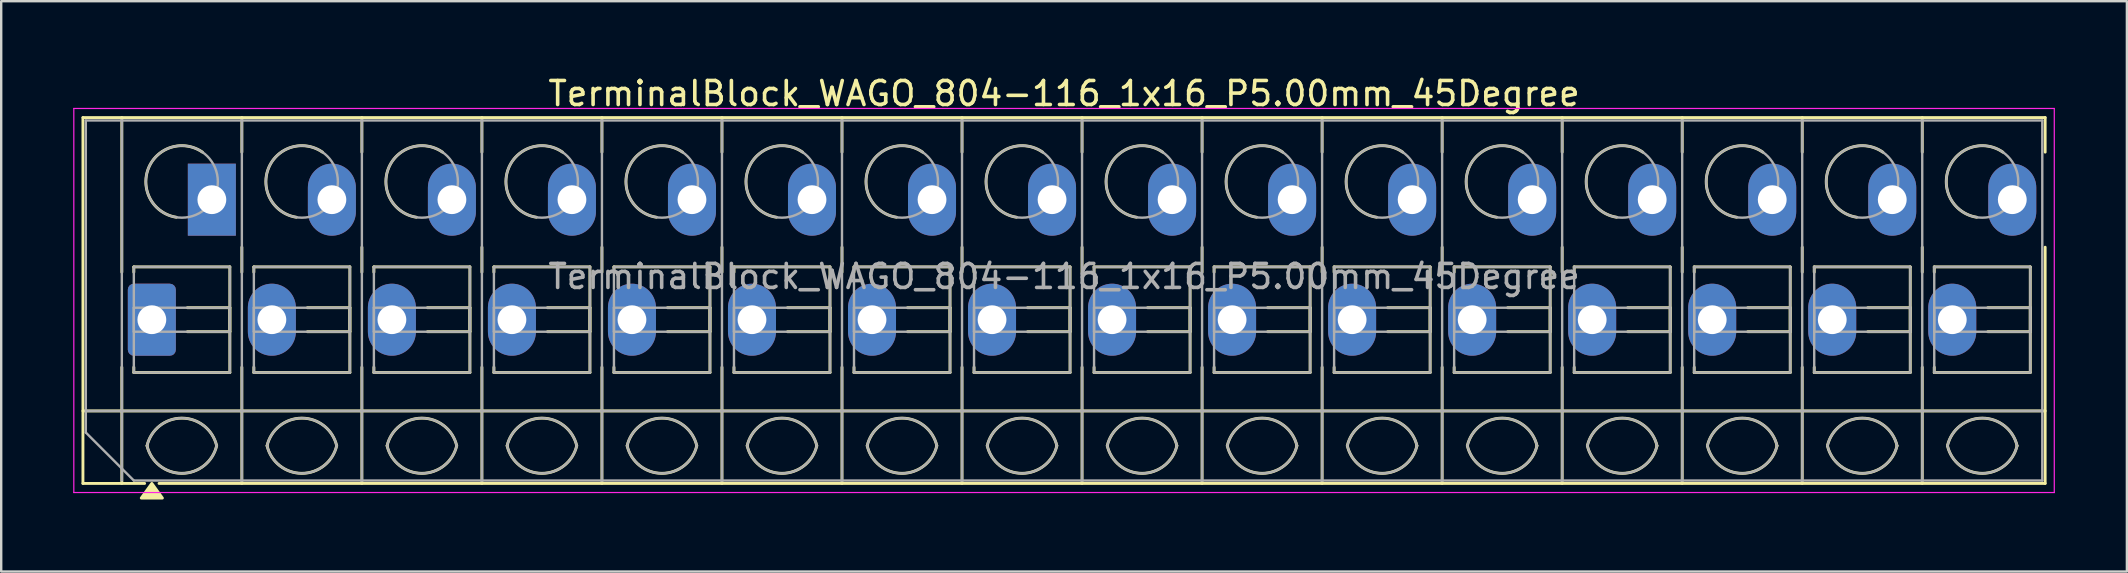
<source format=kicad_pcb>
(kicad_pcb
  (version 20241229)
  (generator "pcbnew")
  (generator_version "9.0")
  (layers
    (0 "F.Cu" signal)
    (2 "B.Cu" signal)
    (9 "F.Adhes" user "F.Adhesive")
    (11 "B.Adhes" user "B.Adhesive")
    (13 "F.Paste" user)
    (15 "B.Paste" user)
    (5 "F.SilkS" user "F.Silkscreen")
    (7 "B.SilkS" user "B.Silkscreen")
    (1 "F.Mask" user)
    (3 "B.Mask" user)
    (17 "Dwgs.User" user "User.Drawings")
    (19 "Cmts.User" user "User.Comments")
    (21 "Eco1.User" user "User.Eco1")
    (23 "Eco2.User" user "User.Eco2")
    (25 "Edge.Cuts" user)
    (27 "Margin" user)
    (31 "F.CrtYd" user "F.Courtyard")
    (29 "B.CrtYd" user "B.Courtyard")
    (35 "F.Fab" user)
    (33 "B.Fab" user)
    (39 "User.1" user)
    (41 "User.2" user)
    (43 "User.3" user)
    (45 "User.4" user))
  (footprint "TerminalBlock_WAGO_804-116_1x16_P5.00mm_45Degree"
    (layer "F.Cu")
    (at 3.275 10.268)
    (property "Reference" "TerminalBlock_WAGO_804-116_1x16_P5.00mm_45Degree" (at 38 -9.42 0) (layer "F.SilkS") (effects (font (size 1 1) (thickness 0.15))))
    (attr through_hole)
    (fp_line (start -2.87 -8.42) (end -2.87 6.82) (stroke (width 0.12) (type solid)) (layer "F.SilkS"))
    (fp_line (start -2.87 -8.42) (end 78.87 -8.42) (stroke (width 0.12) (type solid)) (layer "F.SilkS"))
    (fp_line (start -2.87 3.8) (end 78.87 3.8) (stroke (width 0.12) (type solid)) (layer "F.SilkS"))
    (fp_line (start -2.87 6.82) (end -0.3 6.82) (stroke (width 0.12) (type solid)) (layer "F.SilkS"))
    (fp_line (start -1.25 -8.42) (end -1.25 -1.98) (stroke (width 0.12) (type solid)) (layer "F.SilkS"))
    (fp_line (start -1.25 1.98) (end -1.25 6.82) (stroke (width 0.12) (type solid)) (layer "F.SilkS"))
    (fp_line (start -0.75 -2.2) (end -0.75 -1.98) (stroke (width 0.12) (type solid)) (layer "F.SilkS"))
    (fp_line (start -0.75 -2.2) (end 3.25 -2.2) (stroke (width 0.12) (type solid)) (layer "F.SilkS"))
    (fp_line (start -0.75 1.98) (end -0.75 2.2) (stroke (width 0.12) (type solid)) (layer "F.SilkS"))
    (fp_line (start -0.75 2.2) (end 3.25 2.2) (stroke (width 0.12) (type solid)) (layer "F.SilkS"))
    (fp_line (start 0.3 6.82) (end 78.87 6.82) (stroke (width 0.12) (type solid)) (layer "F.SilkS"))
    (fp_line (start 1.48 -0.5) (end 3.25 -0.5) (stroke (width 0.12) (type solid)) (layer "F.SilkS"))
    (fp_line (start 1.48 0.5) (end 3.25 0.5) (stroke (width 0.12) (type solid)) (layer "F.SilkS"))
    (fp_line (start 3.25 -2.2) (end 3.25 2.2) (stroke (width 0.12) (type solid)) (layer "F.SilkS"))
    (fp_line (start 3.25 -0.5) (end 3.25 0.5) (stroke (width 0.12) (type solid)) (layer "F.SilkS"))
    (fp_line (start 3.75 -8.42) (end 3.75 -6.98) (stroke (width 0.12) (type solid)) (layer "F.SilkS"))
    (fp_line (start 3.75 -3.02) (end 3.75 -1.98) (stroke (width 0.12) (type solid)) (layer "F.SilkS"))
    (fp_line (start 3.75 1.98) (end 3.75 6.82) (stroke (width 0.12) (type solid)) (layer "F.SilkS"))
    (fp_line (start 4.25 -2.2) (end 4.25 -1.98) (stroke (width 0.12) (type solid)) (layer "F.SilkS"))
    (fp_line (start 4.25 -2.2) (end 8.25 -2.2) (stroke (width 0.12) (type solid)) (layer "F.SilkS"))
    (fp_line (start 4.25 1.98) (end 4.25 2.2) (stroke (width 0.12) (type solid)) (layer "F.SilkS"))
    (fp_line (start 4.25 2.2) (end 8.25 2.2) (stroke (width 0.12) (type solid)) (layer "F.SilkS"))
    (fp_line (start 6.48 -0.5) (end 8.25 -0.5) (stroke (width 0.12) (type solid)) (layer "F.SilkS"))
    (fp_line (start 6.48 0.5) (end 8.25 0.5) (stroke (width 0.12) (type solid)) (layer "F.SilkS"))
    (fp_line (start 8.25 -2.2) (end 8.25 2.2) (stroke (width 0.12) (type solid)) (layer "F.SilkS"))
    (fp_line (start 8.25 -0.5) (end 8.25 0.5) (stroke (width 0.12) (type solid)) (layer "F.SilkS"))
    (fp_line (start 8.75 -8.42) (end 8.75 -6.98) (stroke (width 0.12) (type solid)) (layer "F.SilkS"))
    (fp_line (start 8.75 -3.02) (end 8.75 -1.98) (stroke (width 0.12) (type solid)) (layer "F.SilkS"))
    (fp_line (start 8.75 1.98) (end 8.75 6.82) (stroke (width 0.12) (type solid)) (layer "F.SilkS"))
    (fp_line (start 9.25 -2.2) (end 9.25 -1.98) (stroke (width 0.12) (type solid)) (layer "F.SilkS"))
    (fp_line (start 9.25 -2.2) (end 13.25 -2.2) (stroke (width 0.12) (type solid)) (layer "F.SilkS"))
    (fp_line (start 9.25 1.98) (end 9.25 2.2) (stroke (width 0.12) (type solid)) (layer "F.SilkS"))
    (fp_line (start 9.25 2.2) (end 13.25 2.2) (stroke (width 0.12) (type solid)) (layer "F.SilkS"))
    (fp_line (start 11.48 -0.5) (end 13.25 -0.5) (stroke (width 0.12) (type solid)) (layer "F.SilkS"))
    (fp_line (start 11.48 0.5) (end 13.25 0.5) (stroke (width 0.12) (type solid)) (layer "F.SilkS"))
    (fp_line (start 13.25 -2.2) (end 13.25 2.2) (stroke (width 0.12) (type solid)) (layer "F.SilkS"))
    (fp_line (start 13.25 -0.5) (end 13.25 0.5) (stroke (width 0.12) (type solid)) (layer "F.SilkS"))
    (fp_line (start 13.75 -8.42) (end 13.75 -6.98) (stroke (width 0.12) (type solid)) (layer "F.SilkS"))
    (fp_line (start 13.75 -3.02) (end 13.75 -1.98) (stroke (width 0.12) (type solid)) (layer "F.SilkS"))
    (fp_line (start 13.75 1.98) (end 13.75 6.82) (stroke (width 0.12) (type solid)) (layer "F.SilkS"))
    (fp_line (start 14.25 -2.2) (end 14.25 -1.98) (stroke (width 0.12) (type solid)) (layer "F.SilkS"))
    (fp_line (start 14.25 -2.2) (end 18.25 -2.2) (stroke (width 0.12) (type solid)) (layer "F.SilkS"))
    (fp_line (start 14.25 1.98) (end 14.25 2.2) (stroke (width 0.12) (type solid)) (layer "F.SilkS"))
    (fp_line (start 14.25 2.2) (end 18.25 2.2) (stroke (width 0.12) (type solid)) (layer "F.SilkS"))
    (fp_line (start 16.48 -0.5) (end 18.25 -0.5) (stroke (width 0.12) (type solid)) (layer "F.SilkS"))
    (fp_line (start 16.48 0.5) (end 18.25 0.5) (stroke (width 0.12) (type solid)) (layer "F.SilkS"))
    (fp_line (start 18.25 -2.2) (end 18.25 2.2) (stroke (width 0.12) (type solid)) (layer "F.SilkS"))
    (fp_line (start 18.25 -0.5) (end 18.25 0.5) (stroke (width 0.12) (type solid)) (layer "F.SilkS"))
    (fp_line (start 18.75 -8.42) (end 18.75 -6.98) (stroke (width 0.12) (type solid)) (layer "F.SilkS"))
    (fp_line (start 18.75 -3.02) (end 18.75 -1.98) (stroke (width 0.12) (type solid)) (layer "F.SilkS"))
    (fp_line (start 18.75 1.98) (end 18.75 6.82) (stroke (width 0.12) (type solid)) (layer "F.SilkS"))
    (fp_line (start 19.25 -2.2) (end 19.25 -1.98) (stroke (width 0.12) (type solid)) (layer "F.SilkS"))
    (fp_line (start 19.25 -2.2) (end 23.25 -2.2) (stroke (width 0.12) (type solid)) (layer "F.SilkS"))
    (fp_line (start 19.25 1.98) (end 19.25 2.2) (stroke (width 0.12) (type solid)) (layer "F.SilkS"))
    (fp_line (start 19.25 2.2) (end 23.25 2.2) (stroke (width 0.12) (type solid)) (layer "F.SilkS"))
    (fp_line (start 21.48 -0.5) (end 23.25 -0.5) (stroke (width 0.12) (type solid)) (layer "F.SilkS"))
    (fp_line (start 21.48 0.5) (end 23.25 0.5) (stroke (width 0.12) (type solid)) (layer "F.SilkS"))
    (fp_line (start 23.25 -2.2) (end 23.25 2.2) (stroke (width 0.12) (type solid)) (layer "F.SilkS"))
    (fp_line (start 23.25 -0.5) (end 23.25 0.5) (stroke (width 0.12) (type solid)) (layer "F.SilkS"))
    (fp_line (start 23.75 -8.42) (end 23.75 -6.98) (stroke (width 0.12) (type solid)) (layer "F.SilkS"))
    (fp_line (start 23.75 -3.02) (end 23.75 -1.98) (stroke (width 0.12) (type solid)) (layer "F.SilkS"))
    (fp_line (start 23.75 1.98) (end 23.75 6.82) (stroke (width 0.12) (type solid)) (layer "F.SilkS"))
    (fp_line (start 24.25 -2.2) (end 24.25 -1.98) (stroke (width 0.12) (type solid)) (layer "F.SilkS"))
    (fp_line (start 24.25 -2.2) (end 28.25 -2.2) (stroke (width 0.12) (type solid)) (layer "F.SilkS"))
    (fp_line (start 24.25 1.98) (end 24.25 2.2) (stroke (width 0.12) (type solid)) (layer "F.SilkS"))
    (fp_line (start 24.25 2.2) (end 28.25 2.2) (stroke (width 0.12) (type solid)) (layer "F.SilkS"))
    (fp_line (start 26.48 -0.5) (end 28.25 -0.5) (stroke (width 0.12) (type solid)) (layer "F.SilkS"))
    (fp_line (start 26.48 0.5) (end 28.25 0.5) (stroke (width 0.12) (type solid)) (layer "F.SilkS"))
    (fp_line (start 28.25 -2.2) (end 28.25 2.2) (stroke (width 0.12) (type solid)) (layer "F.SilkS"))
    (fp_line (start 28.25 -0.5) (end 28.25 0.5) (stroke (width 0.12) (type solid)) (layer "F.SilkS"))
    (fp_line (start 28.75 -8.42) (end 28.75 -6.98) (stroke (width 0.12) (type solid)) (layer "F.SilkS"))
    (fp_line (start 28.75 -3.02) (end 28.75 -1.98) (stroke (width 0.12) (type solid)) (layer "F.SilkS"))
    (fp_line (start 28.75 1.98) (end 28.75 6.82) (stroke (width 0.12) (type solid)) (layer "F.SilkS"))
    (fp_line (start 29.25 -2.2) (end 29.25 -1.98) (stroke (width 0.12) (type solid)) (layer "F.SilkS"))
    (fp_line (start 29.25 -2.2) (end 33.25 -2.2) (stroke (width 0.12) (type solid)) (layer "F.SilkS"))
    (fp_line (start 29.25 1.98) (end 29.25 2.2) (stroke (width 0.12) (type solid)) (layer "F.SilkS"))
    (fp_line (start 29.25 2.2) (end 33.25 2.2) (stroke (width 0.12) (type solid)) (layer "F.SilkS"))
    (fp_line (start 31.48 -0.5) (end 33.25 -0.5) (stroke (width 0.12) (type solid)) (layer "F.SilkS"))
    (fp_line (start 31.48 0.5) (end 33.25 0.5) (stroke (width 0.12) (type solid)) (layer "F.SilkS"))
    (fp_line (start 33.25 -2.2) (end 33.25 2.2) (stroke (width 0.12) (type solid)) (layer "F.SilkS"))
    (fp_line (start 33.25 -0.5) (end 33.25 0.5) (stroke (width 0.12) (type solid)) (layer "F.SilkS"))
    (fp_line (start 33.75 -8.42) (end 33.75 -6.98) (stroke (width 0.12) (type solid)) (layer "F.SilkS"))
    (fp_line (start 33.75 -3.02) (end 33.75 -1.98) (stroke (width 0.12) (type solid)) (layer "F.SilkS"))
    (fp_line (start 33.75 1.98) (end 33.75 6.82) (stroke (width 0.12) (type solid)) (layer "F.SilkS"))
    (fp_line (start 34.25 -2.2) (end 34.25 -1.98) (stroke (width 0.12) (type solid)) (layer "F.SilkS"))
    (fp_line (start 34.25 -2.2) (end 38.25 -2.2) (stroke (width 0.12) (type solid)) (layer "F.SilkS"))
    (fp_line (start 34.25 1.98) (end 34.25 2.2) (stroke (width 0.12) (type solid)) (layer "F.SilkS"))
    (fp_line (start 34.25 2.2) (end 38.25 2.2) (stroke (width 0.12) (type solid)) (layer "F.SilkS"))
    (fp_line (start 36.48 -0.5) (end 38.25 -0.5) (stroke (width 0.12) (type solid)) (layer "F.SilkS"))
    (fp_line (start 36.48 0.5) (end 38.25 0.5) (stroke (width 0.12) (type solid)) (layer "F.SilkS"))
    (fp_line (start 38.25 -2.2) (end 38.25 2.2) (stroke (width 0.12) (type solid)) (layer "F.SilkS"))
    (fp_line (start 38.25 -0.5) (end 38.25 0.5) (stroke (width 0.12) (type solid)) (layer "F.SilkS"))
    (fp_line (start 38.75 -8.42) (end 38.75 -6.98) (stroke (width 0.12) (type solid)) (layer "F.SilkS"))
    (fp_line (start 38.75 -3.02) (end 38.75 -1.98) (stroke (width 0.12) (type solid)) (layer "F.SilkS"))
    (fp_line (start 38.75 1.98) (end 38.75 6.82) (stroke (width 0.12) (type solid)) (layer "F.SilkS"))
    (fp_line (start 39.25 -2.2) (end 39.25 -1.98) (stroke (width 0.12) (type solid)) (layer "F.SilkS"))
    (fp_line (start 39.25 -2.2) (end 43.25 -2.2) (stroke (width 0.12) (type solid)) (layer "F.SilkS"))
    (fp_line (start 39.25 1.98) (end 39.25 2.2) (stroke (width 0.12) (type solid)) (layer "F.SilkS"))
    (fp_line (start 39.25 2.2) (end 43.25 2.2) (stroke (width 0.12) (type solid)) (layer "F.SilkS"))
    (fp_line (start 41.48 -0.5) (end 43.25 -0.5) (stroke (width 0.12) (type solid)) (layer "F.SilkS"))
    (fp_line (start 41.48 0.5) (end 43.25 0.5) (stroke (width 0.12) (type solid)) (layer "F.SilkS"))
    (fp_line (start 43.25 -2.2) (end 43.25 2.2) (stroke (width 0.12) (type solid)) (layer "F.SilkS"))
    (fp_line (start 43.25 -0.5) (end 43.25 0.5) (stroke (width 0.12) (type solid)) (layer "F.SilkS"))
    (fp_line (start 43.75 -8.42) (end 43.75 -6.98) (stroke (width 0.12) (type solid)) (layer "F.SilkS"))
    (fp_line (start 43.75 -3.02) (end 43.75 -1.98) (stroke (width 0.12) (type solid)) (layer "F.SilkS"))
    (fp_line (start 43.75 1.98) (end 43.75 6.82) (stroke (width 0.12) (type solid)) (layer "F.SilkS"))
    (fp_line (start 44.25 -2.2) (end 44.25 -1.98) (stroke (width 0.12) (type solid)) (layer "F.SilkS"))
    (fp_line (start 44.25 -2.2) (end 48.25 -2.2) (stroke (width 0.12) (type solid)) (layer "F.SilkS"))
    (fp_line (start 44.25 1.98) (end 44.25 2.2) (stroke (width 0.12) (type solid)) (layer "F.SilkS"))
    (fp_line (start 44.25 2.2) (end 48.25 2.2) (stroke (width 0.12) (type solid)) (layer "F.SilkS"))
    (fp_line (start 46.48 -0.5) (end 48.25 -0.5) (stroke (width 0.12) (type solid)) (layer "F.SilkS"))
    (fp_line (start 46.48 0.5) (end 48.25 0.5) (stroke (width 0.12) (type solid)) (layer "F.SilkS"))
    (fp_line (start 48.25 -2.2) (end 48.25 2.2) (stroke (width 0.12) (type solid)) (layer "F.SilkS"))
    (fp_line (start 48.25 -0.5) (end 48.25 0.5) (stroke (width 0.12) (type solid)) (layer "F.SilkS"))
    (fp_line (start 48.75 -8.42) (end 48.75 -6.98) (stroke (width 0.12) (type solid)) (layer "F.SilkS"))
    (fp_line (start 48.75 -3.02) (end 48.75 -1.98) (stroke (width 0.12) (type solid)) (layer "F.SilkS"))
    (fp_line (start 48.75 1.98) (end 48.75 6.82) (stroke (width 0.12) (type solid)) (layer "F.SilkS"))
    (fp_line (start 49.25 -2.2) (end 49.25 -1.98) (stroke (width 0.12) (type solid)) (layer "F.SilkS"))
    (fp_line (start 49.25 -2.2) (end 53.25 -2.2) (stroke (width 0.12) (type solid)) (layer "F.SilkS"))
    (fp_line (start 49.25 1.98) (end 49.25 2.2) (stroke (width 0.12) (type solid)) (layer "F.SilkS"))
    (fp_line (start 49.25 2.2) (end 53.25 2.2) (stroke (width 0.12) (type solid)) (layer "F.SilkS"))
    (fp_line (start 51.48 -0.5) (end 53.25 -0.5) (stroke (width 0.12) (type solid)) (layer "F.SilkS"))
    (fp_line (start 51.48 0.5) (end 53.25 0.5) (stroke (width 0.12) (type solid)) (layer "F.SilkS"))
    (fp_line (start 53.25 -2.2) (end 53.25 2.2) (stroke (width 0.12) (type solid)) (layer "F.SilkS"))
    (fp_line (start 53.25 -0.5) (end 53.25 0.5) (stroke (width 0.12) (type solid)) (layer "F.SilkS"))
    (fp_line (start 53.75 -8.42) (end 53.75 -6.98) (stroke (width 0.12) (type solid)) (layer "F.SilkS"))
    (fp_line (start 53.75 -3.02) (end 53.75 -1.98) (stroke (width 0.12) (type solid)) (layer "F.SilkS"))
    (fp_line (start 53.75 1.98) (end 53.75 6.82) (stroke (width 0.12) (type solid)) (layer "F.SilkS"))
    (fp_line (start 54.25 -2.2) (end 54.25 -1.98) (stroke (width 0.12) (type solid)) (layer "F.SilkS"))
    (fp_line (start 54.25 -2.2) (end 58.25 -2.2) (stroke (width 0.12) (type solid)) (layer "F.SilkS"))
    (fp_line (start 54.25 1.98) (end 54.25 2.2) (stroke (width 0.12) (type solid)) (layer "F.SilkS"))
    (fp_line (start 54.25 2.2) (end 58.25 2.2) (stroke (width 0.12) (type solid)) (layer "F.SilkS"))
    (fp_line (start 56.48 -0.5) (end 58.25 -0.5) (stroke (width 0.12) (type solid)) (layer "F.SilkS"))
    (fp_line (start 56.48 0.5) (end 58.25 0.5) (stroke (width 0.12) (type solid)) (layer "F.SilkS"))
    (fp_line (start 58.25 -2.2) (end 58.25 2.2) (stroke (width 0.12) (type solid)) (layer "F.SilkS"))
    (fp_line (start 58.25 -0.5) (end 58.25 0.5) (stroke (width 0.12) (type solid)) (layer "F.SilkS"))
    (fp_line (start 58.75 -8.42) (end 58.75 -6.98) (stroke (width 0.12) (type solid)) (layer "F.SilkS"))
    (fp_line (start 58.75 -3.02) (end 58.75 -1.98) (stroke (width 0.12) (type solid)) (layer "F.SilkS"))
    (fp_line (start 58.75 1.98) (end 58.75 6.82) (stroke (width 0.12) (type solid)) (layer "F.SilkS"))
    (fp_line (start 59.25 -2.2) (end 59.25 -1.98) (stroke (width 0.12) (type solid)) (layer "F.SilkS"))
    (fp_line (start 59.25 -2.2) (end 63.25 -2.2) (stroke (width 0.12) (type solid)) (layer "F.SilkS"))
    (fp_line (start 59.25 1.98) (end 59.25 2.2) (stroke (width 0.12) (type solid)) (layer "F.SilkS"))
    (fp_line (start 59.25 2.2) (end 63.25 2.2) (stroke (width 0.12) (type solid)) (layer "F.SilkS"))
    (fp_line (start 61.48 -0.5) (end 63.25 -0.5) (stroke (width 0.12) (type solid)) (layer "F.SilkS"))
    (fp_line (start 61.48 0.5) (end 63.25 0.5) (stroke (width 0.12) (type solid)) (layer "F.SilkS"))
    (fp_line (start 63.25 -2.2) (end 63.25 2.2) (stroke (width 0.12) (type solid)) (layer "F.SilkS"))
    (fp_line (start 63.25 -0.5) (end 63.25 0.5) (stroke (width 0.12) (type solid)) (layer "F.SilkS"))
    (fp_line (start 63.75 -8.42) (end 63.75 -6.98) (stroke (width 0.12) (type solid)) (layer "F.SilkS"))
    (fp_line (start 63.75 -3.02) (end 63.75 -1.98) (stroke (width 0.12) (type solid)) (layer "F.SilkS"))
    (fp_line (start 63.75 1.98) (end 63.75 6.82) (stroke (width 0.12) (type solid)) (layer "F.SilkS"))
    (fp_line (start 64.25 -2.2) (end 64.25 -1.98) (stroke (width 0.12) (type solid)) (layer "F.SilkS"))
    (fp_line (start 64.25 -2.2) (end 68.25 -2.2) (stroke (width 0.12) (type solid)) (layer "F.SilkS"))
    (fp_line (start 64.25 1.98) (end 64.25 2.2) (stroke (width 0.12) (type solid)) (layer "F.SilkS"))
    (fp_line (start 64.25 2.2) (end 68.25 2.2) (stroke (width 0.12) (type solid)) (layer "F.SilkS"))
    (fp_line (start 66.48 -0.5) (end 68.25 -0.5) (stroke (width 0.12) (type solid)) (layer "F.SilkS"))
    (fp_line (start 66.48 0.5) (end 68.25 0.5) (stroke (width 0.12) (type solid)) (layer "F.SilkS"))
    (fp_line (start 68.25 -2.2) (end 68.25 2.2) (stroke (width 0.12) (type solid)) (layer "F.SilkS"))
    (fp_line (start 68.25 -0.5) (end 68.25 0.5) (stroke (width 0.12) (type solid)) (layer "F.SilkS"))
    (fp_line (start 68.75 -8.42) (end 68.75 -6.98) (stroke (width 0.12) (type solid)) (layer "F.SilkS"))
    (fp_line (start 68.75 -3.02) (end 68.75 -1.98) (stroke (width 0.12) (type solid)) (layer "F.SilkS"))
    (fp_line (start 68.75 1.98) (end 68.75 6.82) (stroke (width 0.12) (type solid)) (layer "F.SilkS"))
    (fp_line (start 69.25 -2.2) (end 69.25 -1.98) (stroke (width 0.12) (type solid)) (layer "F.SilkS"))
    (fp_line (start 69.25 -2.2) (end 73.25 -2.2) (stroke (width 0.12) (type solid)) (layer "F.SilkS"))
    (fp_line (start 69.25 1.98) (end 69.25 2.2) (stroke (width 0.12) (type solid)) (layer "F.SilkS"))
    (fp_line (start 69.25 2.2) (end 73.25 2.2) (stroke (width 0.12) (type solid)) (layer "F.SilkS"))
    (fp_line (start 71.48 -0.5) (end 73.25 -0.5) (stroke (width 0.12) (type solid)) (layer "F.SilkS"))
    (fp_line (start 71.48 0.5) (end 73.25 0.5) (stroke (width 0.12) (type solid)) (layer "F.SilkS"))
    (fp_line (start 73.25 -2.2) (end 73.25 2.2) (stroke (width 0.12) (type solid)) (layer "F.SilkS"))
    (fp_line (start 73.25 -0.5) (end 73.25 0.5) (stroke (width 0.12) (type solid)) (layer "F.SilkS"))
    (fp_line (start 73.75 -8.42) (end 73.75 -6.98) (stroke (width 0.12) (type solid)) (layer "F.SilkS"))
    (fp_line (start 73.75 -3.02) (end 73.75 -1.98) (stroke (width 0.12) (type solid)) (layer "F.SilkS"))
    (fp_line (start 73.75 1.98) (end 73.75 6.82) (stroke (width 0.12) (type solid)) (layer "F.SilkS"))
    (fp_line (start 74.25 -2.2) (end 74.25 -1.98) (stroke (width 0.12) (type solid)) (layer "F.SilkS"))
    (fp_line (start 74.25 -2.2) (end 78.25 -2.2) (stroke (width 0.12) (type solid)) (layer "F.SilkS"))
    (fp_line (start 74.25 1.98) (end 74.25 2.2) (stroke (width 0.12) (type solid)) (layer "F.SilkS"))
    (fp_line (start 74.25 2.2) (end 78.25 2.2) (stroke (width 0.12) (type solid)) (layer "F.SilkS"))
    (fp_line (start 76.48 -0.5) (end 78.25 -0.5) (stroke (width 0.12) (type solid)) (layer "F.SilkS"))
    (fp_line (start 76.48 0.5) (end 78.25 0.5) (stroke (width 0.12) (type solid)) (layer "F.SilkS"))
    (fp_line (start 78.25 -2.2) (end 78.25 2.2) (stroke (width 0.12) (type solid)) (layer "F.SilkS"))
    (fp_line (start 78.25 -0.5) (end 78.25 0.5) (stroke (width 0.12) (type solid)) (layer "F.SilkS"))
    (fp_line (start 78.87 -8.42) (end 78.87 -6.98) (stroke (width 0.12) (type solid)) (layer "F.SilkS"))
    (fp_line (start 78.87 -3.02) (end 78.87 6.82) (stroke (width 0.12) (type solid)) (layer "F.SilkS"))
    (fp_arc (start -0.199969 5.249867) (mid 1.250068 4.099899) (end 2.7 5.25) (stroke (width 0.12) (type solid)) (layer "F.SilkS"))
    (fp_arc (start 1.02 -4.268) (mid -0.141815 -6.308637) (end 2.10843 -6.979765) (stroke (width 0.12) (type solid)) (layer "F.SilkS"))
    (fp_arc (start 2.7 5.25) (mid 1.250068 6.400101) (end -0.199969 5.250133) (stroke (width 0.12) (type solid)) (layer "F.SilkS"))
    (fp_arc (start 4.800031 5.249867) (mid 6.250068 4.099899) (end 7.7 5.25) (stroke (width 0.12) (type solid)) (layer "F.SilkS"))
    (fp_arc (start 6.02 -4.268) (mid 4.858185 -6.308637) (end 7.10843 -6.979765) (stroke (width 0.12) (type solid)) (layer "F.SilkS"))
    (fp_arc (start 7.7 5.25) (mid 6.250068 6.400101) (end 4.800031 5.250133) (stroke (width 0.12) (type solid)) (layer "F.SilkS"))
    (fp_arc (start 9.800031 5.249867) (mid 11.250068 4.099899) (end 12.7 5.25) (stroke (width 0.12) (type solid)) (layer "F.SilkS"))
    (fp_arc (start 11.02 -4.268) (mid 9.858185 -6.308637) (end 12.10843 -6.979765) (stroke (width 0.12) (type solid)) (layer "F.SilkS"))
    (fp_arc (start 12.7 5.25) (mid 11.250068 6.400101) (end 9.800031 5.250133) (stroke (width 0.12) (type solid)) (layer "F.SilkS"))
    (fp_arc (start 14.800031 5.249867) (mid 16.250068 4.099899) (end 17.7 5.25) (stroke (width 0.12) (type solid)) (layer "F.SilkS"))
    (fp_arc (start 16.02 -4.268) (mid 14.858185 -6.308637) (end 17.10843 -6.979765) (stroke (width 0.12) (type solid)) (layer "F.SilkS"))
    (fp_arc (start 17.7 5.25) (mid 16.250068 6.400101) (end 14.800031 5.250133) (stroke (width 0.12) (type solid)) (layer "F.SilkS"))
    (fp_arc (start 19.800031 5.249867) (mid 21.250068 4.099899) (end 22.7 5.25) (stroke (width 0.12) (type solid)) (layer "F.SilkS"))
    (fp_arc (start 21.02 -4.268) (mid 19.858185 -6.308637) (end 22.10843 -6.979765) (stroke (width 0.12) (type solid)) (layer "F.SilkS"))
    (fp_arc (start 22.7 5.25) (mid 21.250068 6.400101) (end 19.800031 5.250133) (stroke (width 0.12) (type solid)) (layer "F.SilkS"))
    (fp_arc (start 24.800031 5.249867) (mid 26.250068 4.099899) (end 27.7 5.25) (stroke (width 0.12) (type solid)) (layer "F.SilkS"))
    (fp_arc (start 26.02 -4.268) (mid 24.858185 -6.308637) (end 27.10843 -6.979765) (stroke (width 0.12) (type solid)) (layer "F.SilkS"))
    (fp_arc (start 27.7 5.25) (mid 26.250068 6.400101) (end 24.800031 5.250133) (stroke (width 0.12) (type solid)) (layer "F.SilkS"))
    (fp_arc (start 29.800031 5.249867) (mid 31.250068 4.099899) (end 32.7 5.25) (stroke (width 0.12) (type solid)) (layer "F.SilkS"))
    (fp_arc (start 31.02 -4.268) (mid 29.858185 -6.308637) (end 32.10843 -6.979765) (stroke (width 0.12) (type solid)) (layer "F.SilkS"))
    (fp_arc (start 32.7 5.25) (mid 31.250068 6.400101) (end 29.800031 5.250133) (stroke (width 0.12) (type solid)) (layer "F.SilkS"))
    (fp_arc (start 34.800031 5.249867) (mid 36.250068 4.099899) (end 37.7 5.25) (stroke (width 0.12) (type solid)) (layer "F.SilkS"))
    (fp_arc (start 36.02 -4.268) (mid 34.858185 -6.308637) (end 37.10843 -6.979765) (stroke (width 0.12) (type solid)) (layer "F.SilkS"))
    (fp_arc (start 37.7 5.25) (mid 36.250068 6.400101) (end 34.800031 5.250133) (stroke (width 0.12) (type solid)) (layer "F.SilkS"))
    (fp_arc (start 39.800031 5.249867) (mid 41.250068 4.099899) (end 42.7 5.25) (stroke (width 0.12) (type solid)) (layer "F.SilkS"))
    (fp_arc (start 41.02 -4.268) (mid 39.858185 -6.308637) (end 42.10843 -6.979765) (stroke (width 0.12) (type solid)) (layer "F.SilkS"))
    (fp_arc (start 42.7 5.25) (mid 41.250068 6.400101) (end 39.800031 5.250133) (stroke (width 0.12) (type solid)) (layer "F.SilkS"))
    (fp_arc (start 44.800031 5.249867) (mid 46.250068 4.099899) (end 47.7 5.25) (stroke (width 0.12) (type solid)) (layer "F.SilkS"))
    (fp_arc (start 46.02 -4.268) (mid 44.858185 -6.308637) (end 47.10843 -6.979765) (stroke (width 0.12) (type solid)) (layer "F.SilkS"))
    (fp_arc (start 47.7 5.25) (mid 46.250068 6.400101) (end 44.800031 5.250133) (stroke (width 0.12) (type solid)) (layer "F.SilkS"))
    (fp_arc (start 49.800031 5.249867) (mid 51.250068 4.099899) (end 52.7 5.25) (stroke (width 0.12) (type solid)) (layer "F.SilkS"))
    (fp_arc (start 51.02 -4.268) (mid 49.858185 -6.308637) (end 52.10843 -6.979765) (stroke (width 0.12) (type solid)) (layer "F.SilkS"))
    (fp_arc (start 52.7 5.25) (mid 51.250068 6.400101) (end 49.800031 5.250133) (stroke (width 0.12) (type solid)) (layer "F.SilkS"))
    (fp_arc (start 54.800031 5.249867) (mid 56.250068 4.099899) (end 57.7 5.25) (stroke (width 0.12) (type solid)) (layer "F.SilkS"))
    (fp_arc (start 56.02 -4.268) (mid 54.858185 -6.308637) (end 57.10843 -6.979765) (stroke (width 0.12) (type solid)) (layer "F.SilkS"))
    (fp_arc (start 57.7 5.25) (mid 56.250068 6.400101) (end 54.800031 5.250133) (stroke (width 0.12) (type solid)) (layer "F.SilkS"))
    (fp_arc (start 59.800031 5.249867) (mid 61.250068 4.099899) (end 62.7 5.25) (stroke (width 0.12) (type solid)) (layer "F.SilkS"))
    (fp_arc (start 61.02 -4.268) (mid 59.858185 -6.308637) (end 62.10843 -6.979765) (stroke (width 0.12) (type solid)) (layer "F.SilkS"))
    (fp_arc (start 62.7 5.25) (mid 61.250068 6.400101) (end 59.800031 5.250133) (stroke (width 0.12) (type solid)) (layer "F.SilkS"))
    (fp_arc (start 64.800031 5.249867) (mid 66.250068 4.099899) (end 67.7 5.25) (stroke (width 0.12) (type solid)) (layer "F.SilkS"))
    (fp_arc (start 66.02 -4.268) (mid 64.858185 -6.308637) (end 67.10843 -6.979765) (stroke (width 0.12) (type solid)) (layer "F.SilkS"))
    (fp_arc (start 67.7 5.25) (mid 66.250068 6.400101) (end 64.800031 5.250133) (stroke (width 0.12) (type solid)) (layer "F.SilkS"))
    (fp_arc (start 69.800031 5.249867) (mid 71.250068 4.099899) (end 72.7 5.25) (stroke (width 0.12) (type solid)) (layer "F.SilkS"))
    (fp_arc (start 71.02 -4.268) (mid 69.858185 -6.308637) (end 72.10843 -6.979765) (stroke (width 0.12) (type solid)) (layer "F.SilkS"))
    (fp_arc (start 72.7 5.25) (mid 71.250068 6.400101) (end 69.800031 5.250133) (stroke (width 0.12) (type solid)) (layer "F.SilkS"))
    (fp_arc (start 74.800031 5.249867) (mid 76.250068 4.099899) (end 77.7 5.25) (stroke (width 0.12) (type solid)) (layer "F.SilkS"))
    (fp_arc (start 76.02 -4.268) (mid 74.858185 -6.308637) (end 77.10843 -6.979765) (stroke (width 0.12) (type solid)) (layer "F.SilkS"))
    (fp_arc (start 77.7 5.25) (mid 76.250068 6.400101) (end 74.800031 5.250133) (stroke (width 0.12) (type solid)) (layer "F.SilkS"))
    (fp_poly (pts (xy 0 6.82) (xy 0.44 7.43) (xy -0.44 7.43)) (stroke (width 0.12) (type solid)) (fill yes) (layer "F.SilkS"))
    (fp_line (start -3.25 -8.8) (end -3.25 7.2) (stroke (width 0.05) (type solid)) (layer "F.CrtYd"))
    (fp_line (start -3.25 7.2) (end 79.25 7.2) (stroke (width 0.05) (type solid)) (layer "F.CrtYd"))
    (fp_line (start 79.25 -8.8) (end -3.25 -8.8) (stroke (width 0.05) (type solid)) (layer "F.CrtYd"))
    (fp_line (start 79.25 7.2) (end 79.25 -8.8) (stroke (width 0.05) (type solid)) (layer "F.CrtYd"))
    (fp_line (start -2.75 -8.3) (end 78.75 -8.3) (stroke (width 0.1) (type solid)) (layer "F.Fab"))
    (fp_line (start -2.75 3.8) (end 78.75 3.8) (stroke (width 0.1) (type solid)) (layer "F.Fab"))
    (fp_line (start -2.75 4.7) (end -2.75 -8.3) (stroke (width 0.1) (type solid)) (layer "F.Fab"))
    (fp_line (start -1.25 -8.3) (end -1.25 6.7) (stroke (width 0.1) (type solid)) (layer "F.Fab"))
    (fp_line (start -0.75 -2.2) (end -0.75 2.2) (stroke (width 0.1) (type solid)) (layer "F.Fab"))
    (fp_line (start -0.75 -0.5) (end -0.75 0.5) (stroke (width 0.1) (type solid)) (layer "F.Fab"))
    (fp_line (start -0.75 0.5) (end 3.25 0.5) (stroke (width 0.1) (type solid)) (layer "F.Fab"))
    (fp_line (start -0.75 2.2) (end 3.25 2.2) (stroke (width 0.1) (type solid)) (layer "F.Fab"))
    (fp_line (start -0.75 6.7) (end -2.75 4.7) (stroke (width 0.1) (type solid)) (layer "F.Fab"))
    (fp_line (start 3.25 -2.2) (end -0.75 -2.2) (stroke (width 0.1) (type solid)) (layer "F.Fab"))
    (fp_line (start 3.25 -0.5) (end -0.75 -0.5) (stroke (width 0.1) (type solid)) (layer "F.Fab"))
    (fp_line (start 3.25 0.5) (end 3.25 -0.5) (stroke (width 0.1) (type solid)) (layer "F.Fab"))
    (fp_line (start 3.25 2.2) (end 3.25 -2.2) (stroke (width 0.1) (type solid)) (layer "F.Fab"))
    (fp_line (start 3.75 -8.3) (end 3.75 6.7) (stroke (width 0.1) (type solid)) (layer "F.Fab"))
    (fp_line (start 4.25 -2.2) (end 4.25 2.2) (stroke (width 0.1) (type solid)) (layer "F.Fab"))
    (fp_line (start 4.25 -0.5) (end 4.25 0.5) (stroke (width 0.1) (type solid)) (layer "F.Fab"))
    (fp_line (start 4.25 0.5) (end 8.25 0.5) (stroke (width 0.1) (type solid)) (layer "F.Fab"))
    (fp_line (start 4.25 2.2) (end 8.25 2.2) (stroke (width 0.1) (type solid)) (layer "F.Fab"))
    (fp_line (start 8.25 -2.2) (end 4.25 -2.2) (stroke (width 0.1) (type solid)) (layer "F.Fab"))
    (fp_line (start 8.25 -0.5) (end 4.25 -0.5) (stroke (width 0.1) (type solid)) (layer "F.Fab"))
    (fp_line (start 8.25 0.5) (end 8.25 -0.5) (stroke (width 0.1) (type solid)) (layer "F.Fab"))
    (fp_line (start 8.25 2.2) (end 8.25 -2.2) (stroke (width 0.1) (type solid)) (layer "F.Fab"))
    (fp_line (start 8.75 -8.3) (end 8.75 6.7) (stroke (width 0.1) (type solid)) (layer "F.Fab"))
    (fp_line (start 9.25 -2.2) (end 9.25 2.2) (stroke (width 0.1) (type solid)) (layer "F.Fab"))
    (fp_line (start 9.25 -0.5) (end 9.25 0.5) (stroke (width 0.1) (type solid)) (layer "F.Fab"))
    (fp_line (start 9.25 0.5) (end 13.25 0.5) (stroke (width 0.1) (type solid)) (layer "F.Fab"))
    (fp_line (start 9.25 2.2) (end 13.25 2.2) (stroke (width 0.1) (type solid)) (layer "F.Fab"))
    (fp_line (start 13.25 -2.2) (end 9.25 -2.2) (stroke (width 0.1) (type solid)) (layer "F.Fab"))
    (fp_line (start 13.25 -0.5) (end 9.25 -0.5) (stroke (width 0.1) (type solid)) (layer "F.Fab"))
    (fp_line (start 13.25 0.5) (end 13.25 -0.5) (stroke (width 0.1) (type solid)) (layer "F.Fab"))
    (fp_line (start 13.25 2.2) (end 13.25 -2.2) (stroke (width 0.1) (type solid)) (layer "F.Fab"))
    (fp_line (start 13.75 -8.3) (end 13.75 6.7) (stroke (width 0.1) (type solid)) (layer "F.Fab"))
    (fp_line (start 14.25 -2.2) (end 14.25 2.2) (stroke (width 0.1) (type solid)) (layer "F.Fab"))
    (fp_line (start 14.25 -0.5) (end 14.25 0.5) (stroke (width 0.1) (type solid)) (layer "F.Fab"))
    (fp_line (start 14.25 0.5) (end 18.25 0.5) (stroke (width 0.1) (type solid)) (layer "F.Fab"))
    (fp_line (start 14.25 2.2) (end 18.25 2.2) (stroke (width 0.1) (type solid)) (layer "F.Fab"))
    (fp_line (start 18.25 -2.2) (end 14.25 -2.2) (stroke (width 0.1) (type solid)) (layer "F.Fab"))
    (fp_line (start 18.25 -0.5) (end 14.25 -0.5) (stroke (width 0.1) (type solid)) (layer "F.Fab"))
    (fp_line (start 18.25 0.5) (end 18.25 -0.5) (stroke (width 0.1) (type solid)) (layer "F.Fab"))
    (fp_line (start 18.25 2.2) (end 18.25 -2.2) (stroke (width 0.1) (type solid)) (layer "F.Fab"))
    (fp_line (start 18.75 -8.3) (end 18.75 6.7) (stroke (width 0.1) (type solid)) (layer "F.Fab"))
    (fp_line (start 19.25 -2.2) (end 19.25 2.2) (stroke (width 0.1) (type solid)) (layer "F.Fab"))
    (fp_line (start 19.25 -0.5) (end 19.25 0.5) (stroke (width 0.1) (type solid)) (layer "F.Fab"))
    (fp_line (start 19.25 0.5) (end 23.25 0.5) (stroke (width 0.1) (type solid)) (layer "F.Fab"))
    (fp_line (start 19.25 2.2) (end 23.25 2.2) (stroke (width 0.1) (type solid)) (layer "F.Fab"))
    (fp_line (start 23.25 -2.2) (end 19.25 -2.2) (stroke (width 0.1) (type solid)) (layer "F.Fab"))
    (fp_line (start 23.25 -0.5) (end 19.25 -0.5) (stroke (width 0.1) (type solid)) (layer "F.Fab"))
    (fp_line (start 23.25 0.5) (end 23.25 -0.5) (stroke (width 0.1) (type solid)) (layer "F.Fab"))
    (fp_line (start 23.25 2.2) (end 23.25 -2.2) (stroke (width 0.1) (type solid)) (layer "F.Fab"))
    (fp_line (start 23.75 -8.3) (end 23.75 6.7) (stroke (width 0.1) (type solid)) (layer "F.Fab"))
    (fp_line (start 24.25 -2.2) (end 24.25 2.2) (stroke (width 0.1) (type solid)) (layer "F.Fab"))
    (fp_line (start 24.25 -0.5) (end 24.25 0.5) (stroke (width 0.1) (type solid)) (layer "F.Fab"))
    (fp_line (start 24.25 0.5) (end 28.25 0.5) (stroke (width 0.1) (type solid)) (layer "F.Fab"))
    (fp_line (start 24.25 2.2) (end 28.25 2.2) (stroke (width 0.1) (type solid)) (layer "F.Fab"))
    (fp_line (start 28.25 -2.2) (end 24.25 -2.2) (stroke (width 0.1) (type solid)) (layer "F.Fab"))
    (fp_line (start 28.25 -0.5) (end 24.25 -0.5) (stroke (width 0.1) (type solid)) (layer "F.Fab"))
    (fp_line (start 28.25 0.5) (end 28.25 -0.5) (stroke (width 0.1) (type solid)) (layer "F.Fab"))
    (fp_line (start 28.25 2.2) (end 28.25 -2.2) (stroke (width 0.1) (type solid)) (layer "F.Fab"))
    (fp_line (start 28.75 -8.3) (end 28.75 6.7) (stroke (width 0.1) (type solid)) (layer "F.Fab"))
    (fp_line (start 29.25 -2.2) (end 29.25 2.2) (stroke (width 0.1) (type solid)) (layer "F.Fab"))
    (fp_line (start 29.25 -0.5) (end 29.25 0.5) (stroke (width 0.1) (type solid)) (layer "F.Fab"))
    (fp_line (start 29.25 0.5) (end 33.25 0.5) (stroke (width 0.1) (type solid)) (layer "F.Fab"))
    (fp_line (start 29.25 2.2) (end 33.25 2.2) (stroke (width 0.1) (type solid)) (layer "F.Fab"))
    (fp_line (start 33.25 -2.2) (end 29.25 -2.2) (stroke (width 0.1) (type solid)) (layer "F.Fab"))
    (fp_line (start 33.25 -0.5) (end 29.25 -0.5) (stroke (width 0.1) (type solid)) (layer "F.Fab"))
    (fp_line (start 33.25 0.5) (end 33.25 -0.5) (stroke (width 0.1) (type solid)) (layer "F.Fab"))
    (fp_line (start 33.25 2.2) (end 33.25 -2.2) (stroke (width 0.1) (type solid)) (layer "F.Fab"))
    (fp_line (start 33.75 -8.3) (end 33.75 6.7) (stroke (width 0.1) (type solid)) (layer "F.Fab"))
    (fp_line (start 34.25 -2.2) (end 34.25 2.2) (stroke (width 0.1) (type solid)) (layer "F.Fab"))
    (fp_line (start 34.25 -0.5) (end 34.25 0.5) (stroke (width 0.1) (type solid)) (layer "F.Fab"))
    (fp_line (start 34.25 0.5) (end 38.25 0.5) (stroke (width 0.1) (type solid)) (layer "F.Fab"))
    (fp_line (start 34.25 2.2) (end 38.25 2.2) (stroke (width 0.1) (type solid)) (layer "F.Fab"))
    (fp_line (start 38.25 -2.2) (end 34.25 -2.2) (stroke (width 0.1) (type solid)) (layer "F.Fab"))
    (fp_line (start 38.25 -0.5) (end 34.25 -0.5) (stroke (width 0.1) (type solid)) (layer "F.Fab"))
    (fp_line (start 38.25 0.5) (end 38.25 -0.5) (stroke (width 0.1) (type solid)) (layer "F.Fab"))
    (fp_line (start 38.25 2.2) (end 38.25 -2.2) (stroke (width 0.1) (type solid)) (layer "F.Fab"))
    (fp_line (start 38.75 -8.3) (end 38.75 6.7) (stroke (width 0.1) (type solid)) (layer "F.Fab"))
    (fp_line (start 39.25 -2.2) (end 39.25 2.2) (stroke (width 0.1) (type solid)) (layer "F.Fab"))
    (fp_line (start 39.25 -0.5) (end 39.25 0.5) (stroke (width 0.1) (type solid)) (layer "F.Fab"))
    (fp_line (start 39.25 0.5) (end 43.25 0.5) (stroke (width 0.1) (type solid)) (layer "F.Fab"))
    (fp_line (start 39.25 2.2) (end 43.25 2.2) (stroke (width 0.1) (type solid)) (layer "F.Fab"))
    (fp_line (start 43.25 -2.2) (end 39.25 -2.2) (stroke (width 0.1) (type solid)) (layer "F.Fab"))
    (fp_line (start 43.25 -0.5) (end 39.25 -0.5) (stroke (width 0.1) (type solid)) (layer "F.Fab"))
    (fp_line (start 43.25 0.5) (end 43.25 -0.5) (stroke (width 0.1) (type solid)) (layer "F.Fab"))
    (fp_line (start 43.25 2.2) (end 43.25 -2.2) (stroke (width 0.1) (type solid)) (layer "F.Fab"))
    (fp_line (start 43.75 -8.3) (end 43.75 6.7) (stroke (width 0.1) (type solid)) (layer "F.Fab"))
    (fp_line (start 44.25 -2.2) (end 44.25 2.2) (stroke (width 0.1) (type solid)) (layer "F.Fab"))
    (fp_line (start 44.25 -0.5) (end 44.25 0.5) (stroke (width 0.1) (type solid)) (layer "F.Fab"))
    (fp_line (start 44.25 0.5) (end 48.25 0.5) (stroke (width 0.1) (type solid)) (layer "F.Fab"))
    (fp_line (start 44.25 2.2) (end 48.25 2.2) (stroke (width 0.1) (type solid)) (layer "F.Fab"))
    (fp_line (start 48.25 -2.2) (end 44.25 -2.2) (stroke (width 0.1) (type solid)) (layer "F.Fab"))
    (fp_line (start 48.25 -0.5) (end 44.25 -0.5) (stroke (width 0.1) (type solid)) (layer "F.Fab"))
    (fp_line (start 48.25 0.5) (end 48.25 -0.5) (stroke (width 0.1) (type solid)) (layer "F.Fab"))
    (fp_line (start 48.25 2.2) (end 48.25 -2.2) (stroke (width 0.1) (type solid)) (layer "F.Fab"))
    (fp_line (start 48.75 -8.3) (end 48.75 6.7) (stroke (width 0.1) (type solid)) (layer "F.Fab"))
    (fp_line (start 49.25 -2.2) (end 49.25 2.2) (stroke (width 0.1) (type solid)) (layer "F.Fab"))
    (fp_line (start 49.25 -0.5) (end 49.25 0.5) (stroke (width 0.1) (type solid)) (layer "F.Fab"))
    (fp_line (start 49.25 0.5) (end 53.25 0.5) (stroke (width 0.1) (type solid)) (layer "F.Fab"))
    (fp_line (start 49.25 2.2) (end 53.25 2.2) (stroke (width 0.1) (type solid)) (layer "F.Fab"))
    (fp_line (start 53.25 -2.2) (end 49.25 -2.2) (stroke (width 0.1) (type solid)) (layer "F.Fab"))
    (fp_line (start 53.25 -0.5) (end 49.25 -0.5) (stroke (width 0.1) (type solid)) (layer "F.Fab"))
    (fp_line (start 53.25 0.5) (end 53.25 -0.5) (stroke (width 0.1) (type solid)) (layer "F.Fab"))
    (fp_line (start 53.25 2.2) (end 53.25 -2.2) (stroke (width 0.1) (type solid)) (layer "F.Fab"))
    (fp_line (start 53.75 -8.3) (end 53.75 6.7) (stroke (width 0.1) (type solid)) (layer "F.Fab"))
    (fp_line (start 54.25 -2.2) (end 54.25 2.2) (stroke (width 0.1) (type solid)) (layer "F.Fab"))
    (fp_line (start 54.25 -0.5) (end 54.25 0.5) (stroke (width 0.1) (type solid)) (layer "F.Fab"))
    (fp_line (start 54.25 0.5) (end 58.25 0.5) (stroke (width 0.1) (type solid)) (layer "F.Fab"))
    (fp_line (start 54.25 2.2) (end 58.25 2.2) (stroke (width 0.1) (type solid)) (layer "F.Fab"))
    (fp_line (start 58.25 -2.2) (end 54.25 -2.2) (stroke (width 0.1) (type solid)) (layer "F.Fab"))
    (fp_line (start 58.25 -0.5) (end 54.25 -0.5) (stroke (width 0.1) (type solid)) (layer "F.Fab"))
    (fp_line (start 58.25 0.5) (end 58.25 -0.5) (stroke (width 0.1) (type solid)) (layer "F.Fab"))
    (fp_line (start 58.25 2.2) (end 58.25 -2.2) (stroke (width 0.1) (type solid)) (layer "F.Fab"))
    (fp_line (start 58.75 -8.3) (end 58.75 6.7) (stroke (width 0.1) (type solid)) (layer "F.Fab"))
    (fp_line (start 59.25 -2.2) (end 59.25 2.2) (stroke (width 0.1) (type solid)) (layer "F.Fab"))
    (fp_line (start 59.25 -0.5) (end 59.25 0.5) (stroke (width 0.1) (type solid)) (layer "F.Fab"))
    (fp_line (start 59.25 0.5) (end 63.25 0.5) (stroke (width 0.1) (type solid)) (layer "F.Fab"))
    (fp_line (start 59.25 2.2) (end 63.25 2.2) (stroke (width 0.1) (type solid)) (layer "F.Fab"))
    (fp_line (start 63.25 -2.2) (end 59.25 -2.2) (stroke (width 0.1) (type solid)) (layer "F.Fab"))
    (fp_line (start 63.25 -0.5) (end 59.25 -0.5) (stroke (width 0.1) (type solid)) (layer "F.Fab"))
    (fp_line (start 63.25 0.5) (end 63.25 -0.5) (stroke (width 0.1) (type solid)) (layer "F.Fab"))
    (fp_line (start 63.25 2.2) (end 63.25 -2.2) (stroke (width 0.1) (type solid)) (layer "F.Fab"))
    (fp_line (start 63.75 -8.3) (end 63.75 6.7) (stroke (width 0.1) (type solid)) (layer "F.Fab"))
    (fp_line (start 64.25 -2.2) (end 64.25 2.2) (stroke (width 0.1) (type solid)) (layer "F.Fab"))
    (fp_line (start 64.25 -0.5) (end 64.25 0.5) (stroke (width 0.1) (type solid)) (layer "F.Fab"))
    (fp_line (start 64.25 0.5) (end 68.25 0.5) (stroke (width 0.1) (type solid)) (layer "F.Fab"))
    (fp_line (start 64.25 2.2) (end 68.25 2.2) (stroke (width 0.1) (type solid)) (layer "F.Fab"))
    (fp_line (start 68.25 -2.2) (end 64.25 -2.2) (stroke (width 0.1) (type solid)) (layer "F.Fab"))
    (fp_line (start 68.25 -0.5) (end 64.25 -0.5) (stroke (width 0.1) (type solid)) (layer "F.Fab"))
    (fp_line (start 68.25 0.5) (end 68.25 -0.5) (stroke (width 0.1) (type solid)) (layer "F.Fab"))
    (fp_line (start 68.25 2.2) (end 68.25 -2.2) (stroke (width 0.1) (type solid)) (layer "F.Fab"))
    (fp_line (start 68.75 -8.3) (end 68.75 6.7) (stroke (width 0.1) (type solid)) (layer "F.Fab"))
    (fp_line (start 69.25 -2.2) (end 69.25 2.2) (stroke (width 0.1) (type solid)) (layer "F.Fab"))
    (fp_line (start 69.25 -0.5) (end 69.25 0.5) (stroke (width 0.1) (type solid)) (layer "F.Fab"))
    (fp_line (start 69.25 0.5) (end 73.25 0.5) (stroke (width 0.1) (type solid)) (layer "F.Fab"))
    (fp_line (start 69.25 2.2) (end 73.25 2.2) (stroke (width 0.1) (type solid)) (layer "F.Fab"))
    (fp_line (start 73.25 -2.2) (end 69.25 -2.2) (stroke (width 0.1) (type solid)) (layer "F.Fab"))
    (fp_line (start 73.25 -0.5) (end 69.25 -0.5) (stroke (width 0.1) (type solid)) (layer "F.Fab"))
    (fp_line (start 73.25 0.5) (end 73.25 -0.5) (stroke (width 0.1) (type solid)) (layer "F.Fab"))
    (fp_line (start 73.25 2.2) (end 73.25 -2.2) (stroke (width 0.1) (type solid)) (layer "F.Fab"))
    (fp_line (start 73.75 -8.3) (end 73.75 6.7) (stroke (width 0.1) (type solid)) (layer "F.Fab"))
    (fp_line (start 74.25 -2.2) (end 74.25 2.2) (stroke (width 0.1) (type solid)) (layer "F.Fab"))
    (fp_line (start 74.25 -0.5) (end 74.25 0.5) (stroke (width 0.1) (type solid)) (layer "F.Fab"))
    (fp_line (start 74.25 0.5) (end 78.25 0.5) (stroke (width 0.1) (type solid)) (layer "F.Fab"))
    (fp_line (start 74.25 2.2) (end 78.25 2.2) (stroke (width 0.1) (type solid)) (layer "F.Fab"))
    (fp_line (start 78.25 -2.2) (end 74.25 -2.2) (stroke (width 0.1) (type solid)) (layer "F.Fab"))
    (fp_line (start 78.25 -0.5) (end 74.25 -0.5) (stroke (width 0.1) (type solid)) (layer "F.Fab"))
    (fp_line (start 78.25 0.5) (end 78.25 -0.5) (stroke (width 0.1) (type solid)) (layer "F.Fab"))
    (fp_line (start 78.25 2.2) (end 78.25 -2.2) (stroke (width 0.1) (type solid)) (layer "F.Fab"))
    (fp_line (start 78.75 -8.3) (end 78.75 6.7) (stroke (width 0.1) (type solid)) (layer "F.Fab"))
    (fp_line (start 78.75 6.7) (end -0.75 6.7) (stroke (width 0.1) (type solid)) (layer "F.Fab"))
    (fp_arc (start -0.200865 5.250424) (mid 1.250296 4.099926) (end 2.701 5.251) (stroke (width 0.1) (type solid)) (layer "F.Fab"))
    (fp_arc (start 2.7 5.25) (mid 1.250068 6.400101) (end -0.199969 5.250133) (stroke (width 0.1) (type solid)) (layer "F.Fab"))
    (fp_arc (start 4.799135 5.250424) (mid 6.250296 4.099926) (end 7.701 5.251) (stroke (width 0.1) (type solid)) (layer "F.Fab"))
    (fp_arc (start 7.7 5.25) (mid 6.250068 6.400101) (end 4.800031 5.250133) (stroke (width 0.1) (type solid)) (layer "F.Fab"))
    (fp_arc (start 9.799135 5.250424) (mid 11.250296 4.099926) (end 12.701 5.251) (stroke (width 0.1) (type solid)) (layer "F.Fab"))
    (fp_arc (start 12.7 5.25) (mid 11.250068 6.400101) (end 9.800031 5.250133) (stroke (width 0.1) (type solid)) (layer "F.Fab"))
    (fp_arc (start 14.799135 5.250424) (mid 16.250296 4.099926) (end 17.701 5.251) (stroke (width 0.1) (type solid)) (layer "F.Fab"))
    (fp_arc (start 17.7 5.25) (mid 16.250068 6.400101) (end 14.800031 5.250133) (stroke (width 0.1) (type solid)) (layer "F.Fab"))
    (fp_arc (start 19.799135 5.250424) (mid 21.250296 4.099926) (end 22.701 5.251) (stroke (width 0.1) (type solid)) (layer "F.Fab"))
    (fp_arc (start 22.7 5.25) (mid 21.250068 6.400101) (end 19.800031 5.250133) (stroke (width 0.1) (type solid)) (layer "F.Fab"))
    (fp_arc (start 24.799135 5.250424) (mid 26.250296 4.099926) (end 27.701 5.251) (stroke (width 0.1) (type solid)) (layer "F.Fab"))
    (fp_arc (start 27.7 5.25) (mid 26.250068 6.400101) (end 24.800031 5.250133) (stroke (width 0.1) (type solid)) (layer "F.Fab"))
    (fp_arc (start 29.799135 5.250424) (mid 31.250296 4.099926) (end 32.701 5.251) (stroke (width 0.1) (type solid)) (layer "F.Fab"))
    (fp_arc (start 32.701 5.25) (mid 31.250296 6.401074) (end 29.799135 5.250576) (stroke (width 0.1) (type solid)) (layer "F.Fab"))
    (fp_arc (start 34.799135 5.250424) (mid 36.250296 4.099926) (end 37.701 5.251) (stroke (width 0.1) (type solid)) (layer "F.Fab"))
    (fp_arc (start 37.7 5.25) (mid 36.250068 6.400101) (end 34.800031 5.250133) (stroke (width 0.1) (type solid)) (layer "F.Fab"))
    (fp_arc (start 39.799135 5.250424) (mid 41.250296 4.099926) (end 42.701 5.251) (stroke (width 0.1) (type solid)) (layer "F.Fab"))
    (fp_arc (start 42.7 5.25) (mid 41.250068 6.400101) (end 39.800031 5.250133) (stroke (width 0.1) (type solid)) (layer "F.Fab"))
    (fp_arc (start 44.799135 5.250424) (mid 46.250296 4.099926) (end 47.701 5.251) (stroke (width 0.1) (type solid)) (layer "F.Fab"))
    (fp_arc (start 47.7 5.25) (mid 46.250068 6.400101) (end 44.800031 5.250133) (stroke (width 0.1) (type solid)) (layer "F.Fab"))
    (fp_arc (start 49.799135 5.250424) (mid 51.250296 4.099926) (end 52.701 5.251) (stroke (width 0.1) (type solid)) (layer "F.Fab"))
    (fp_arc (start 52.7 5.25) (mid 51.250068 6.400101) (end 49.800031 5.250133) (stroke (width 0.1) (type solid)) (layer "F.Fab"))
    (fp_arc (start 54.799135 5.250424) (mid 56.250296 4.099926) (end 57.701 5.251) (stroke (width 0.1) (type solid)) (layer "F.Fab"))
    (fp_arc (start 57.7 5.25) (mid 56.250068 6.400101) (end 54.800031 5.250133) (stroke (width 0.1) (type solid)) (layer "F.Fab"))
    (fp_arc (start 59.799135 5.250424) (mid 61.250296 4.099926) (end 62.701 5.251) (stroke (width 0.1) (type solid)) (layer "F.Fab"))
    (fp_arc (start 62.7 5.25) (mid 61.250068 6.400101) (end 59.800031 5.250133) (stroke (width 0.1) (type solid)) (layer "F.Fab"))
    (fp_arc (start 64.799135 5.250424) (mid 66.250296 4.099926) (end 67.701 5.251) (stroke (width 0.1) (type solid)) (layer "F.Fab"))
    (fp_arc (start 67.7 5.25) (mid 66.250068 6.400101) (end 64.800031 5.250133) (stroke (width 0.1) (type solid)) (layer "F.Fab"))
    (fp_arc (start 69.799135 5.250424) (mid 71.250296 4.099926) (end 72.701 5.251) (stroke (width 0.1) (type solid)) (layer "F.Fab"))
    (fp_arc (start 72.7 5.25) (mid 71.250068 6.400101) (end 69.800031 5.250133) (stroke (width 0.1) (type solid)) (layer "F.Fab"))
    (fp_arc (start 74.799135 5.250424) (mid 76.250296 4.099926) (end 77.701 5.251) (stroke (width 0.1) (type solid)) (layer "F.Fab"))
    (fp_arc (start 77.7 5.25) (mid 76.250068 6.400101) (end 74.800031 5.250133) (stroke (width 0.1) (type solid)) (layer "F.Fab"))
    (fp_circle (center 1.25 -5.75) (end 2.75 -5.75) (stroke (width 0.1) (type solid)) (fill no) (layer "F.Fab"))
    (fp_circle (center 6.25 -5.75) (end 7.75 -5.75) (stroke (width 0.1) (type solid)) (fill no) (layer "F.Fab"))
    (fp_circle (center 11.25 -5.75) (end 12.75 -5.75) (stroke (width 0.1) (type solid)) (fill no) (layer "F.Fab"))
    (fp_circle (center 16.25 -5.75) (end 17.75 -5.75) (stroke (width 0.1) (type solid)) (fill no) (layer "F.Fab"))
    (fp_circle (center 21.25 -5.75) (end 22.75 -5.75) (stroke (width 0.1) (type solid)) (fill no) (layer "F.Fab"))
    (fp_circle (center 26.25 -5.75) (end 27.75 -5.75) (stroke (width 0.1) (type solid)) (fill no) (layer "F.Fab"))
    (fp_circle (center 31.25 -5.75) (end 32.75 -5.75) (stroke (width 0.1) (type solid)) (fill no) (layer "F.Fab"))
    (fp_circle (center 36.25 -5.75) (end 37.75 -5.75) (stroke (width 0.1) (type solid)) (fill no) (layer "F.Fab"))
    (fp_circle (center 41.25 -5.75) (end 42.75 -5.75) (stroke (width 0.1) (type solid)) (fill no) (layer "F.Fab"))
    (fp_circle (center 46.25 -5.75) (end 47.75 -5.75) (stroke (width 0.1) (type solid)) (fill no) (layer "F.Fab"))
    (fp_circle (center 51.25 -5.75) (end 52.75 -5.75) (stroke (width 0.1) (type solid)) (fill no) (layer "F.Fab"))
    (fp_circle (center 56.25 -5.75) (end 57.75 -5.75) (stroke (width 0.1) (type solid)) (fill no) (layer "F.Fab"))
    (fp_circle (center 61.25 -5.75) (end 62.75 -5.75) (stroke (width 0.1) (type solid)) (fill no) (layer "F.Fab"))
    (fp_circle (center 66.25 -5.75) (end 67.75 -5.75) (stroke (width 0.1) (type solid)) (fill no) (layer "F.Fab"))
    (fp_circle (center 71.25 -5.75) (end 72.75 -5.75) (stroke (width 0.1) (type solid)) (fill no) (layer "F.Fab"))
    (fp_circle (center 76.25 -5.75) (end 77.75 -5.75) (stroke (width 0.1) (type solid)) (fill no) (layer "F.Fab"))
    (fp_text user "${REFERENCE}" (at 38 -1.8 0) (layer "F.Fab") (effects (font (size 1 1) (thickness 0.15))))
    (pad "1" thru_hole roundrect (at 0 0) (size 2 3) (drill 1.2) (layers "*.Cu" "*.Mask") (roundrect_rratio 0.125))
    (pad "1" thru_hole rect (at 2.5 -5) (size 2 3) (drill 1.2) (layers "*.Cu" "*.Mask"))
    (pad "2" thru_hole oval (at 5 0) (size 2 3) (drill 1.2) (layers "*.Cu" "*.Mask"))
    (pad "2" thru_hole oval (at 7.5 -5) (size 2 3) (drill 1.2) (layers "*.Cu" "*.Mask"))
    (pad "3" thru_hole oval (at 10 0) (size 2 3) (drill 1.2) (layers "*.Cu" "*.Mask"))
    (pad "3" thru_hole oval (at 12.5 -5) (size 2 3) (drill 1.2) (layers "*.Cu" "*.Mask"))
    (pad "4" thru_hole oval (at 15 0) (size 2 3) (drill 1.2) (layers "*.Cu" "*.Mask"))
    (pad "4" thru_hole oval (at 17.5 -5) (size 2 3) (drill 1.2) (layers "*.Cu" "*.Mask"))
    (pad "5" thru_hole oval (at 20 0) (size 2 3) (drill 1.2) (layers "*.Cu" "*.Mask"))
    (pad "5" thru_hole oval (at 22.5 -5) (size 2 3) (drill 1.2) (layers "*.Cu" "*.Mask"))
    (pad "6" thru_hole oval (at 25 0) (size 2 3) (drill 1.2) (layers "*.Cu" "*.Mask"))
    (pad "6" thru_hole oval (at 27.5 -5) (size 2 3) (drill 1.2) (layers "*.Cu" "*.Mask"))
    (pad "7" thru_hole oval (at 30 0) (size 2 3) (drill 1.2) (layers "*.Cu" "*.Mask"))
    (pad "7" thru_hole oval (at 32.5 -5) (size 2 3) (drill 1.2) (layers "*.Cu" "*.Mask"))
    (pad "8" thru_hole oval (at 35 0) (size 2 3) (drill 1.2) (layers "*.Cu" "*.Mask"))
    (pad "8" thru_hole oval (at 37.5 -5) (size 2 3) (drill 1.2) (layers "*.Cu" "*.Mask"))
    (pad "9" thru_hole oval (at 40 0) (size 2 3) (drill 1.2) (layers "*.Cu" "*.Mask"))
    (pad "9" thru_hole oval (at 42.5 -5) (size 2 3) (drill 1.2) (layers "*.Cu" "*.Mask"))
    (pad "10" thru_hole oval (at 45 0) (size 2 3) (drill 1.2) (layers "*.Cu" "*.Mask"))
    (pad "10" thru_hole oval (at 47.5 -5) (size 2 3) (drill 1.2) (layers "*.Cu" "*.Mask"))
    (pad "11" thru_hole oval (at 50 0) (size 2 3) (drill 1.2) (layers "*.Cu" "*.Mask"))
    (pad "11" thru_hole oval (at 52.5 -5) (size 2 3) (drill 1.2) (layers "*.Cu" "*.Mask"))
    (pad "12" thru_hole oval (at 55 0) (size 2 3) (drill 1.2) (layers "*.Cu" "*.Mask"))
    (pad "12" thru_hole oval (at 57.5 -5) (size 2 3) (drill 1.2) (layers "*.Cu" "*.Mask"))
    (pad "13" thru_hole oval (at 60 0) (size 2 3) (drill 1.2) (layers "*.Cu" "*.Mask"))
    (pad "13" thru_hole oval (at 62.5 -5) (size 2 3) (drill 1.2) (layers "*.Cu" "*.Mask"))
    (pad "14" thru_hole oval (at 65 0) (size 2 3) (drill 1.2) (layers "*.Cu" "*.Mask"))
    (pad "14" thru_hole oval (at 67.5 -5) (size 2 3) (drill 1.2) (layers "*.Cu" "*.Mask"))
    (pad "15" thru_hole oval (at 70 0) (size 2 3) (drill 1.2) (layers "*.Cu" "*.Mask"))
    (pad "15" thru_hole oval (at 72.5 -5) (size 2 3) (drill 1.2) (layers "*.Cu" "*.Mask"))
    (pad "16" thru_hole oval (at 75 0) (size 2 3) (drill 1.2) (layers "*.Cu" "*.Mask"))
    (pad "16" thru_hole oval (at 77.5 -5) (size 2 3) (drill 1.2) (layers "*.Cu" "*.Mask")))
  (gr_rect
    (start -3 -3)
    (end 85.55 20.758)
    (stroke (width 0.1) (type default))
    (fill no)
    (layer "Edge.Cuts")))
</source>
